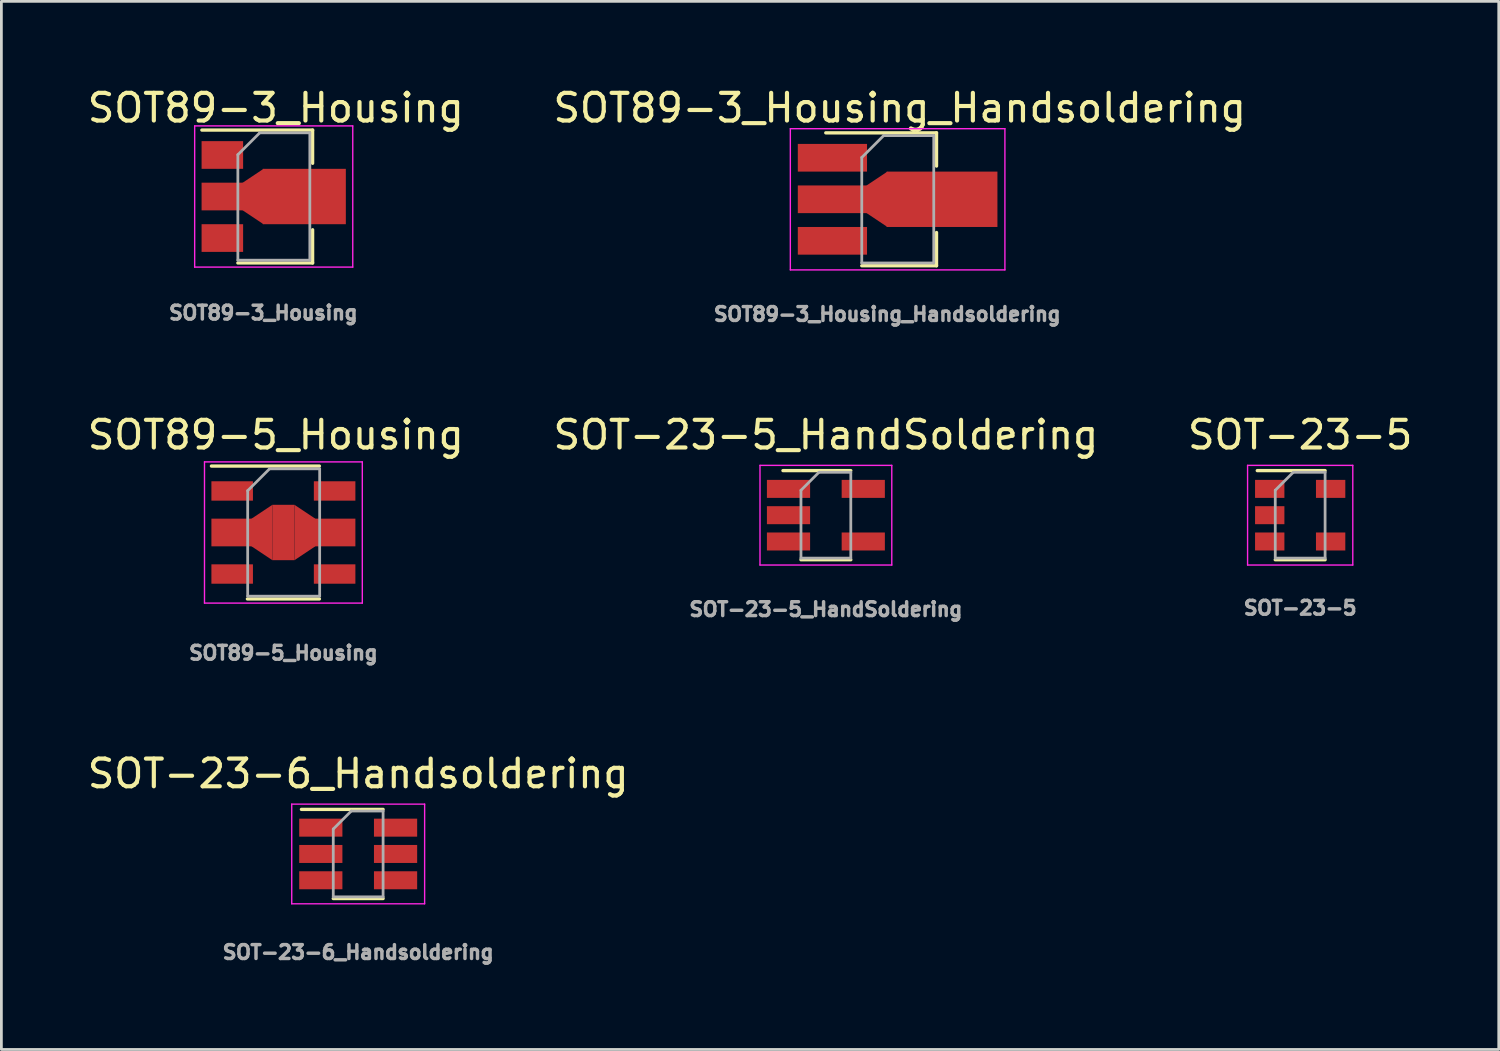
<source format=kicad_pcb>
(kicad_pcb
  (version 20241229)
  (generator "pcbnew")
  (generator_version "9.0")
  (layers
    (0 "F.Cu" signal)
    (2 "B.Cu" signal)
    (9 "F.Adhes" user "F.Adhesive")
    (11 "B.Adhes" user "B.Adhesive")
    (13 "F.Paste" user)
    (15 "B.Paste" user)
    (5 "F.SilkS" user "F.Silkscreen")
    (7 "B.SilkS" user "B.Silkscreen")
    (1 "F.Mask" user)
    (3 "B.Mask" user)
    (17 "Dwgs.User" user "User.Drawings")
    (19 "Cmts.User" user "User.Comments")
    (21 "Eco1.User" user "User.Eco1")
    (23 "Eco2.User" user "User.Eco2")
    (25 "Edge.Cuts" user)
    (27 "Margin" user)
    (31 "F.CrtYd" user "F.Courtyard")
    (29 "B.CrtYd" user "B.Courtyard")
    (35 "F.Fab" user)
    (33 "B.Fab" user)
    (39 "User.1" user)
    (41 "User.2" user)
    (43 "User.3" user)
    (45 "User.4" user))
  (footprint "SOT89-3_Housing_Handsoldering"
    (layer "F.Cu")
    (at 28.996 4.148)
    (property "Reference" "SOT89-3_Housing_Handsoldering" (at 0.45 -3.3 0) (layer "F.SilkS") (effects (font (size 1 1) (thickness 0.15))))
    (attr smd)
    (fp_line (start -2.22 -2.4) (end 1.78 -2.4) (stroke (width 0.12) (type solid)) (layer "F.SilkS"))
    (fp_line (start 1.78 -2.4) (end 1.78 -1.2) (stroke (width 0.12) (type solid)) (layer "F.SilkS"))
    (fp_line (start 1.78 1.2) (end 1.78 2.4) (stroke (width 0.12) (type solid)) (layer "F.SilkS"))
    (fp_line (start 1.78 2.4) (end -0.92 2.4) (stroke (width 0.12) (type solid)) (layer "F.SilkS"))
    (fp_line (start -3.5 -2.55) (end -3.5 2.55) (stroke (width 0.05) (type solid)) (layer "F.CrtYd"))
    (fp_line (start -3.5 2.55) (end 4.25 2.55) (stroke (width 0.05) (type solid)) (layer "F.CrtYd"))
    (fp_line (start 4.25 -2.55) (end -3.5 -2.55) (stroke (width 0.05) (type solid)) (layer "F.CrtYd"))
    (fp_line (start 4.25 2.55) (end 4.25 -2.55) (stroke (width 0.05) (type solid)) (layer "F.CrtYd"))
    (fp_line (start -0.92 -1.51) (end -0.13 -2.3) (stroke (width 0.1) (type solid)) (layer "F.Fab"))
    (fp_line (start -0.92 2.3) (end -0.92 -1.51) (stroke (width 0.1) (type solid)) (layer "F.Fab"))
    (fp_line (start -0.13 -2.3) (end 1.68 -2.3) (stroke (width 0.1) (type solid)) (layer "F.Fab"))
    (fp_line (start 1.68 -2.3) (end 1.68 2.3) (stroke (width 0.1) (type solid)) (layer "F.Fab"))
    (fp_line (start 1.68 2.3) (end -0.92 2.3) (stroke (width 0.1) (type solid)) (layer "F.Fab"))
    (fp_text user "${REFERENCE}" (at 0 4.15 0) (layer "F.Fab") (effects (font (size 0.5 0.5) (thickness 0.125))))
    (pad "1" smd rect (at -1.98 -1.5 270) (size 1 2.5) (layers "F.Cu" "F.Mask" "F.Paste"))
    (pad "2" smd rect (at -1.98 0 270) (size 1 2.5) (layers "F.Cu" "F.Mask" "F.Paste"))
    (pad "2" smd trapezoid (at -0.37 0 90) (size 1.5 0.75) (rect_delta 0 0.5) (layers "F.Cu" "F.Mask" "F.Paste"))
    (pad "2" smd rect (at 1.98 0 270) (size 2 4) (layers "F.Cu" "F.Mask" "F.Paste"))
    (pad "3" smd rect (at -1.98 1.5 270) (size 1 2.5) (layers "F.Cu" "F.Mask" "F.Paste")))
  (footprint "SOT-23-5"
    (layer "F.Cu")
    (at 43.911 15.558)
    (property "Reference" "SOT-23-5" (at 0 -2.9 0) (layer "F.SilkS") (effects (font (size 1 1) (thickness 0.15))))
    (attr smd)
    (fp_line (start -0.9 1.61) (end 0.9 1.61) (stroke (width 0.12) (type solid)) (layer "F.SilkS"))
    (fp_line (start 0.9 -1.61) (end -1.55 -1.61) (stroke (width 0.12) (type solid)) (layer "F.SilkS"))
    (fp_line (start -1.9 -1.8) (end 1.9 -1.8) (stroke (width 0.05) (type solid)) (layer "F.CrtYd"))
    (fp_line (start -1.9 1.8) (end -1.9 -1.8) (stroke (width 0.05) (type solid)) (layer "F.CrtYd"))
    (fp_line (start 1.9 -1.8) (end 1.9 1.8) (stroke (width 0.05) (type solid)) (layer "F.CrtYd"))
    (fp_line (start 1.9 1.8) (end -1.9 1.8) (stroke (width 0.05) (type solid)) (layer "F.CrtYd"))
    (fp_line (start -0.9 -0.9) (end -0.9 1.55) (stroke (width 0.1) (type solid)) (layer "F.Fab"))
    (fp_line (start -0.9 -0.9) (end -0.25 -1.55) (stroke (width 0.1) (type solid)) (layer "F.Fab"))
    (fp_line (start 0.9 -1.55) (end -0.25 -1.55) (stroke (width 0.1) (type solid)) (layer "F.Fab"))
    (fp_line (start 0.9 -1.55) (end 0.9 1.55) (stroke (width 0.1) (type solid)) (layer "F.Fab"))
    (fp_line (start 0.9 1.55) (end -0.9 1.55) (stroke (width 0.1) (type solid)) (layer "F.Fab"))
    (fp_text user "${REFERENCE}" (at 0 3.35 0) (layer "F.Fab") (effects (font (size 0.5 0.5) (thickness 0.125))))
    (pad "1" smd rect (at -1.1 -0.95) (size 1.06 0.65) (layers "F.Cu" "F.Mask" "F.Paste"))
    (pad "2" smd rect (at -1.1 0) (size 1.06 0.65) (layers "F.Cu" "F.Mask" "F.Paste"))
    (pad "3" smd rect (at -1.1 0.95) (size 1.06 0.65) (layers "F.Cu" "F.Mask" "F.Paste"))
    (pad "4" smd rect (at 1.1 0.95) (size 1.06 0.65) (layers "F.Cu" "F.Mask" "F.Paste"))
    (pad "5" smd rect (at 1.1 -0.95) (size 1.06 0.65) (layers "F.Cu" "F.Mask" "F.Paste")))
  (footprint "SOT-23-6_Handsoldering"
    (layer "F.Cu")
    (at 9.887 27.794)
    (property "Reference" "SOT-23-6_Handsoldering" (at 0 -2.9 0) (layer "F.SilkS") (effects (font (size 1 1) (thickness 0.15))))
    (attr smd)
    (fp_line (start -0.9 1.61) (end 0.9 1.61) (stroke (width 0.12) (type solid)) (layer "F.SilkS"))
    (fp_line (start 0.9 -1.61) (end -2.05 -1.61) (stroke (width 0.12) (type solid)) (layer "F.SilkS"))
    (fp_line (start -2.4 -1.8) (end 2.4 -1.8) (stroke (width 0.05) (type solid)) (layer "F.CrtYd"))
    (fp_line (start -2.4 1.8) (end -2.4 -1.8) (stroke (width 0.05) (type solid)) (layer "F.CrtYd"))
    (fp_line (start 2.4 -1.8) (end 2.4 1.8) (stroke (width 0.05) (type solid)) (layer "F.CrtYd"))
    (fp_line (start 2.4 1.8) (end -2.4 1.8) (stroke (width 0.05) (type solid)) (layer "F.CrtYd"))
    (fp_line (start -0.9 -0.9) (end -0.9 1.55) (stroke (width 0.1) (type solid)) (layer "F.Fab"))
    (fp_line (start -0.9 -0.9) (end -0.25 -1.55) (stroke (width 0.1) (type solid)) (layer "F.Fab"))
    (fp_line (start 0.9 -1.55) (end -0.25 -1.55) (stroke (width 0.1) (type solid)) (layer "F.Fab"))
    (fp_line (start 0.9 -1.55) (end 0.9 1.55) (stroke (width 0.1) (type solid)) (layer "F.Fab"))
    (fp_line (start 0.9 1.55) (end -0.9 1.55) (stroke (width 0.1) (type solid)) (layer "F.Fab"))
    (fp_text user "${REFERENCE}" (at 0 3.55 0) (layer "F.Fab") (effects (font (size 0.5 0.5) (thickness 0.125))))
    (pad "1" smd rect (at -1.35 -0.95) (size 1.56 0.65) (layers "F.Cu" "F.Mask" "F.Paste"))
    (pad "2" smd rect (at -1.35 0) (size 1.56 0.65) (layers "F.Cu" "F.Mask" "F.Paste"))
    (pad "3" smd rect (at -1.35 0.95) (size 1.56 0.65) (layers "F.Cu" "F.Mask" "F.Paste"))
    (pad "4" smd rect (at 1.35 0.95) (size 1.56 0.65) (layers "F.Cu" "F.Mask" "F.Paste"))
    (pad "5" smd rect (at 1.35 0) (size 1.56 0.65) (layers "F.Cu" "F.Mask" "F.Paste"))
    (pad "6" smd rect (at 1.35 -0.95) (size 1.56 0.65) (layers "F.Cu" "F.Mask" "F.Paste")))
  (footprint "SOT89-5_Housing"
    (layer "F.Cu")
    (at 7.186 16.183)
    (property "Reference" "SOT89-5_Housing" (at -0.275 -3.525 0) (layer "F.SilkS") (effects (font (size 1 1) (thickness 0.15))))
    (attr smd)
    (fp_line (start -2.6 -2.4) (end 1.3 -2.4) (stroke (width 0.12) (type solid)) (layer "F.SilkS"))
    (fp_line (start 1.3 2.4) (end -1.3 2.4) (stroke (width 0.12) (type solid)) (layer "F.SilkS"))
    (fp_line (start -2.85 2.55) (end -2.85 -2.55) (stroke (width 0.05) (type solid)) (layer "F.CrtYd"))
    (fp_line (start -2.85 2.55) (end 2.85 2.55) (stroke (width 0.05) (type solid)) (layer "F.CrtYd"))
    (fp_line (start 2.85 -2.55) (end -2.85 -2.55) (stroke (width 0.05) (type solid)) (layer "F.CrtYd"))
    (fp_line (start 2.85 -2.55) (end 2.85 2.55) (stroke (width 0.05) (type solid)) (layer "F.CrtYd"))
    (fp_line (start -1.29 -1.51) (end -0.5 -2.3) (stroke (width 0.1) (type solid)) (layer "F.Fab"))
    (fp_line (start -1.29 2.3) (end -1.29 -1.51) (stroke (width 0.1) (type solid)) (layer "F.Fab"))
    (fp_line (start -0.5 -2.3) (end 1.31 -2.3) (stroke (width 0.1) (type solid)) (layer "F.Fab"))
    (fp_line (start 1.31 -2.3) (end 1.31 2.3) (stroke (width 0.1) (type solid)) (layer "F.Fab"))
    (fp_line (start 1.31 2.3) (end -1.29 2.3) (stroke (width 0.1) (type solid)) (layer "F.Fab"))
    (fp_text user "${REFERENCE}" (at 0 4.35 0) (layer "F.Fab") (effects (font (size 0.5 0.5) (thickness 0.125))))
    (pad "1" smd rect (at -1.85 -1.5 270) (size 0.7 1.5) (layers "F.Cu" "F.Mask" "F.Paste"))
    (pad "2" smd rect (at -1.85 0 270) (size 1 1.5) (layers "F.Cu" "F.Mask" "F.Paste"))
    (pad "2" smd trapezoid (at -0.775 0 90) (size 1.5 0.75) (rect_delta 0 0.5) (layers "F.Cu" "F.Mask" "F.Paste"))
    (pad "2" smd rect (at 0 0 270) (size 2 0.8) (layers "F.Cu" "F.Mask" "F.Paste"))
    (pad "2" smd trapezoid (at 0.775 0 270) (size 1.5 0.75) (rect_delta 0 0.5) (layers "F.Cu" "F.Mask" "F.Paste"))
    (pad "2" smd rect (at 1.85 0 270) (size 1 1.5) (layers "F.Cu" "F.Mask" "F.Paste"))
    (pad "3" smd rect (at -1.85 1.5 270) (size 0.7 1.5) (layers "F.Cu" "F.Mask" "F.Paste"))
    (pad "4" smd rect (at 1.85 1.5 270) (size 0.7 1.5) (layers "F.Cu" "F.Mask" "F.Paste"))
    (pad "5" smd rect (at 1.85 -1.5 270) (size 0.7 1.5) (layers "F.Cu" "F.Mask" "F.Paste")))
  (footprint "SOT89-3_Housing"
    (layer "F.Cu")
    (at 6.461 4.048)
    (property "Reference" "SOT89-3_Housing" (at 0.45 -3.2 0) (layer "F.SilkS") (effects (font (size 1 1) (thickness 0.15))))
    (attr smd)
    (fp_line (start -2.22 -2.4) (end 1.78 -2.4) (stroke (width 0.12) (type solid)) (layer "F.SilkS"))
    (fp_line (start 1.78 -2.4) (end 1.78 -1.2) (stroke (width 0.12) (type solid)) (layer "F.SilkS"))
    (fp_line (start 1.78 1.2) (end 1.78 2.4) (stroke (width 0.12) (type solid)) (layer "F.SilkS"))
    (fp_line (start 1.78 2.4) (end -0.92 2.4) (stroke (width 0.12) (type solid)) (layer "F.SilkS"))
    (fp_line (start -2.48 2.55) (end -2.48 -2.55) (stroke (width 0.05) (type solid)) (layer "F.CrtYd"))
    (fp_line (start -2.48 2.55) (end 3.23 2.55) (stroke (width 0.05) (type solid)) (layer "F.CrtYd"))
    (fp_line (start 3.23 -2.55) (end -2.48 -2.55) (stroke (width 0.05) (type solid)) (layer "F.CrtYd"))
    (fp_line (start 3.23 -2.55) (end 3.23 2.55) (stroke (width 0.05) (type solid)) (layer "F.CrtYd"))
    (fp_line (start -0.92 -1.51) (end -0.13 -2.3) (stroke (width 0.1) (type solid)) (layer "F.Fab"))
    (fp_line (start -0.92 2.3) (end -0.92 -1.51) (stroke (width 0.1) (type solid)) (layer "F.Fab"))
    (fp_line (start -0.13 -2.3) (end 1.68 -2.3) (stroke (width 0.1) (type solid)) (layer "F.Fab"))
    (fp_line (start 1.68 -2.3) (end 1.68 2.3) (stroke (width 0.1) (type solid)) (layer "F.Fab"))
    (fp_line (start 1.68 2.3) (end -0.92 2.3) (stroke (width 0.1) (type solid)) (layer "F.Fab"))
    (fp_text user "${REFERENCE}" (at 0 4.2 0) (layer "F.Fab") (effects (font (size 0.5 0.5) (thickness 0.125))))
    (pad "1" smd rect (at -1.48 -1.5 270) (size 1 1.5) (layers "F.Cu" "F.Mask" "F.Paste"))
    (pad "2" smd rect (at -1.48 0 270) (size 1 1.5) (layers "F.Cu" "F.Mask" "F.Paste"))
    (pad "2" smd trapezoid (at -0.37 0 90) (size 1.5 0.75) (rect_delta 0 0.5) (layers "F.Cu" "F.Mask" "F.Paste"))
    (pad "2" smd rect (at 1.48 0 270) (size 2 3) (layers "F.Cu" "F.Mask" "F.Paste"))
    (pad "3" smd rect (at -1.48 1.5 270) (size 1 1.5) (layers "F.Cu" "F.Mask" "F.Paste")))
  (footprint "SOT-23-5_HandSoldering"
    (layer "F.Cu")
    (at 26.78 15.558)
    (property "Reference" "SOT-23-5_HandSoldering" (at 0 -2.9 0) (layer "F.SilkS") (effects (font (size 1 1) (thickness 0.15))))
    (attr smd)
    (fp_line (start -0.9 1.61) (end 0.9 1.61) (stroke (width 0.12) (type solid)) (layer "F.SilkS"))
    (fp_line (start 0.9 -1.61) (end -1.55 -1.61) (stroke (width 0.12) (type solid)) (layer "F.SilkS"))
    (fp_line (start -2.38 -1.8) (end -2.38 1.8) (stroke (width 0.05) (type solid)) (layer "F.CrtYd"))
    (fp_line (start -2.38 -1.8) (end 2.38 -1.8) (stroke (width 0.05) (type solid)) (layer "F.CrtYd"))
    (fp_line (start 2.38 1.8) (end -2.38 1.8) (stroke (width 0.05) (type solid)) (layer "F.CrtYd"))
    (fp_line (start 2.38 1.8) (end 2.38 -1.8) (stroke (width 0.05) (type solid)) (layer "F.CrtYd"))
    (fp_line (start -0.9 -0.9) (end -0.9 1.55) (stroke (width 0.1) (type solid)) (layer "F.Fab"))
    (fp_line (start -0.9 -0.9) (end -0.25 -1.55) (stroke (width 0.1) (type solid)) (layer "F.Fab"))
    (fp_line (start 0.9 -1.55) (end -0.25 -1.55) (stroke (width 0.1) (type solid)) (layer "F.Fab"))
    (fp_line (start 0.9 -1.55) (end 0.9 1.55) (stroke (width 0.1) (type solid)) (layer "F.Fab"))
    (fp_line (start 0.9 1.55) (end -0.9 1.55) (stroke (width 0.1) (type solid)) (layer "F.Fab"))
    (fp_text user "${REFERENCE}" (at 0 3.4 0) (layer "F.Fab") (effects (font (size 0.5 0.5) (thickness 0.125))))
    (pad "1" smd rect (at -1.35 -0.95) (size 1.56 0.65) (layers "F.Cu" "F.Mask" "F.Paste"))
    (pad "2" smd rect (at -1.35 0) (size 1.56 0.65) (layers "F.Cu" "F.Mask" "F.Paste"))
    (pad "3" smd rect (at -1.35 0.95) (size 1.56 0.65) (layers "F.Cu" "F.Mask" "F.Paste"))
    (pad "4" smd rect (at 1.35 0.95) (size 1.56 0.65) (layers "F.Cu" "F.Mask" "F.Paste"))
    (pad "5" smd rect (at 1.35 -0.95) (size 1.56 0.65) (layers "F.Cu" "F.Mask" "F.Paste")))
  (gr_rect
    (start -3 -3)
    (end 51.083 34.855)
    (stroke (width 0.1) (type default))
    (fill no)
    (layer "Edge.Cuts")))
</source>
